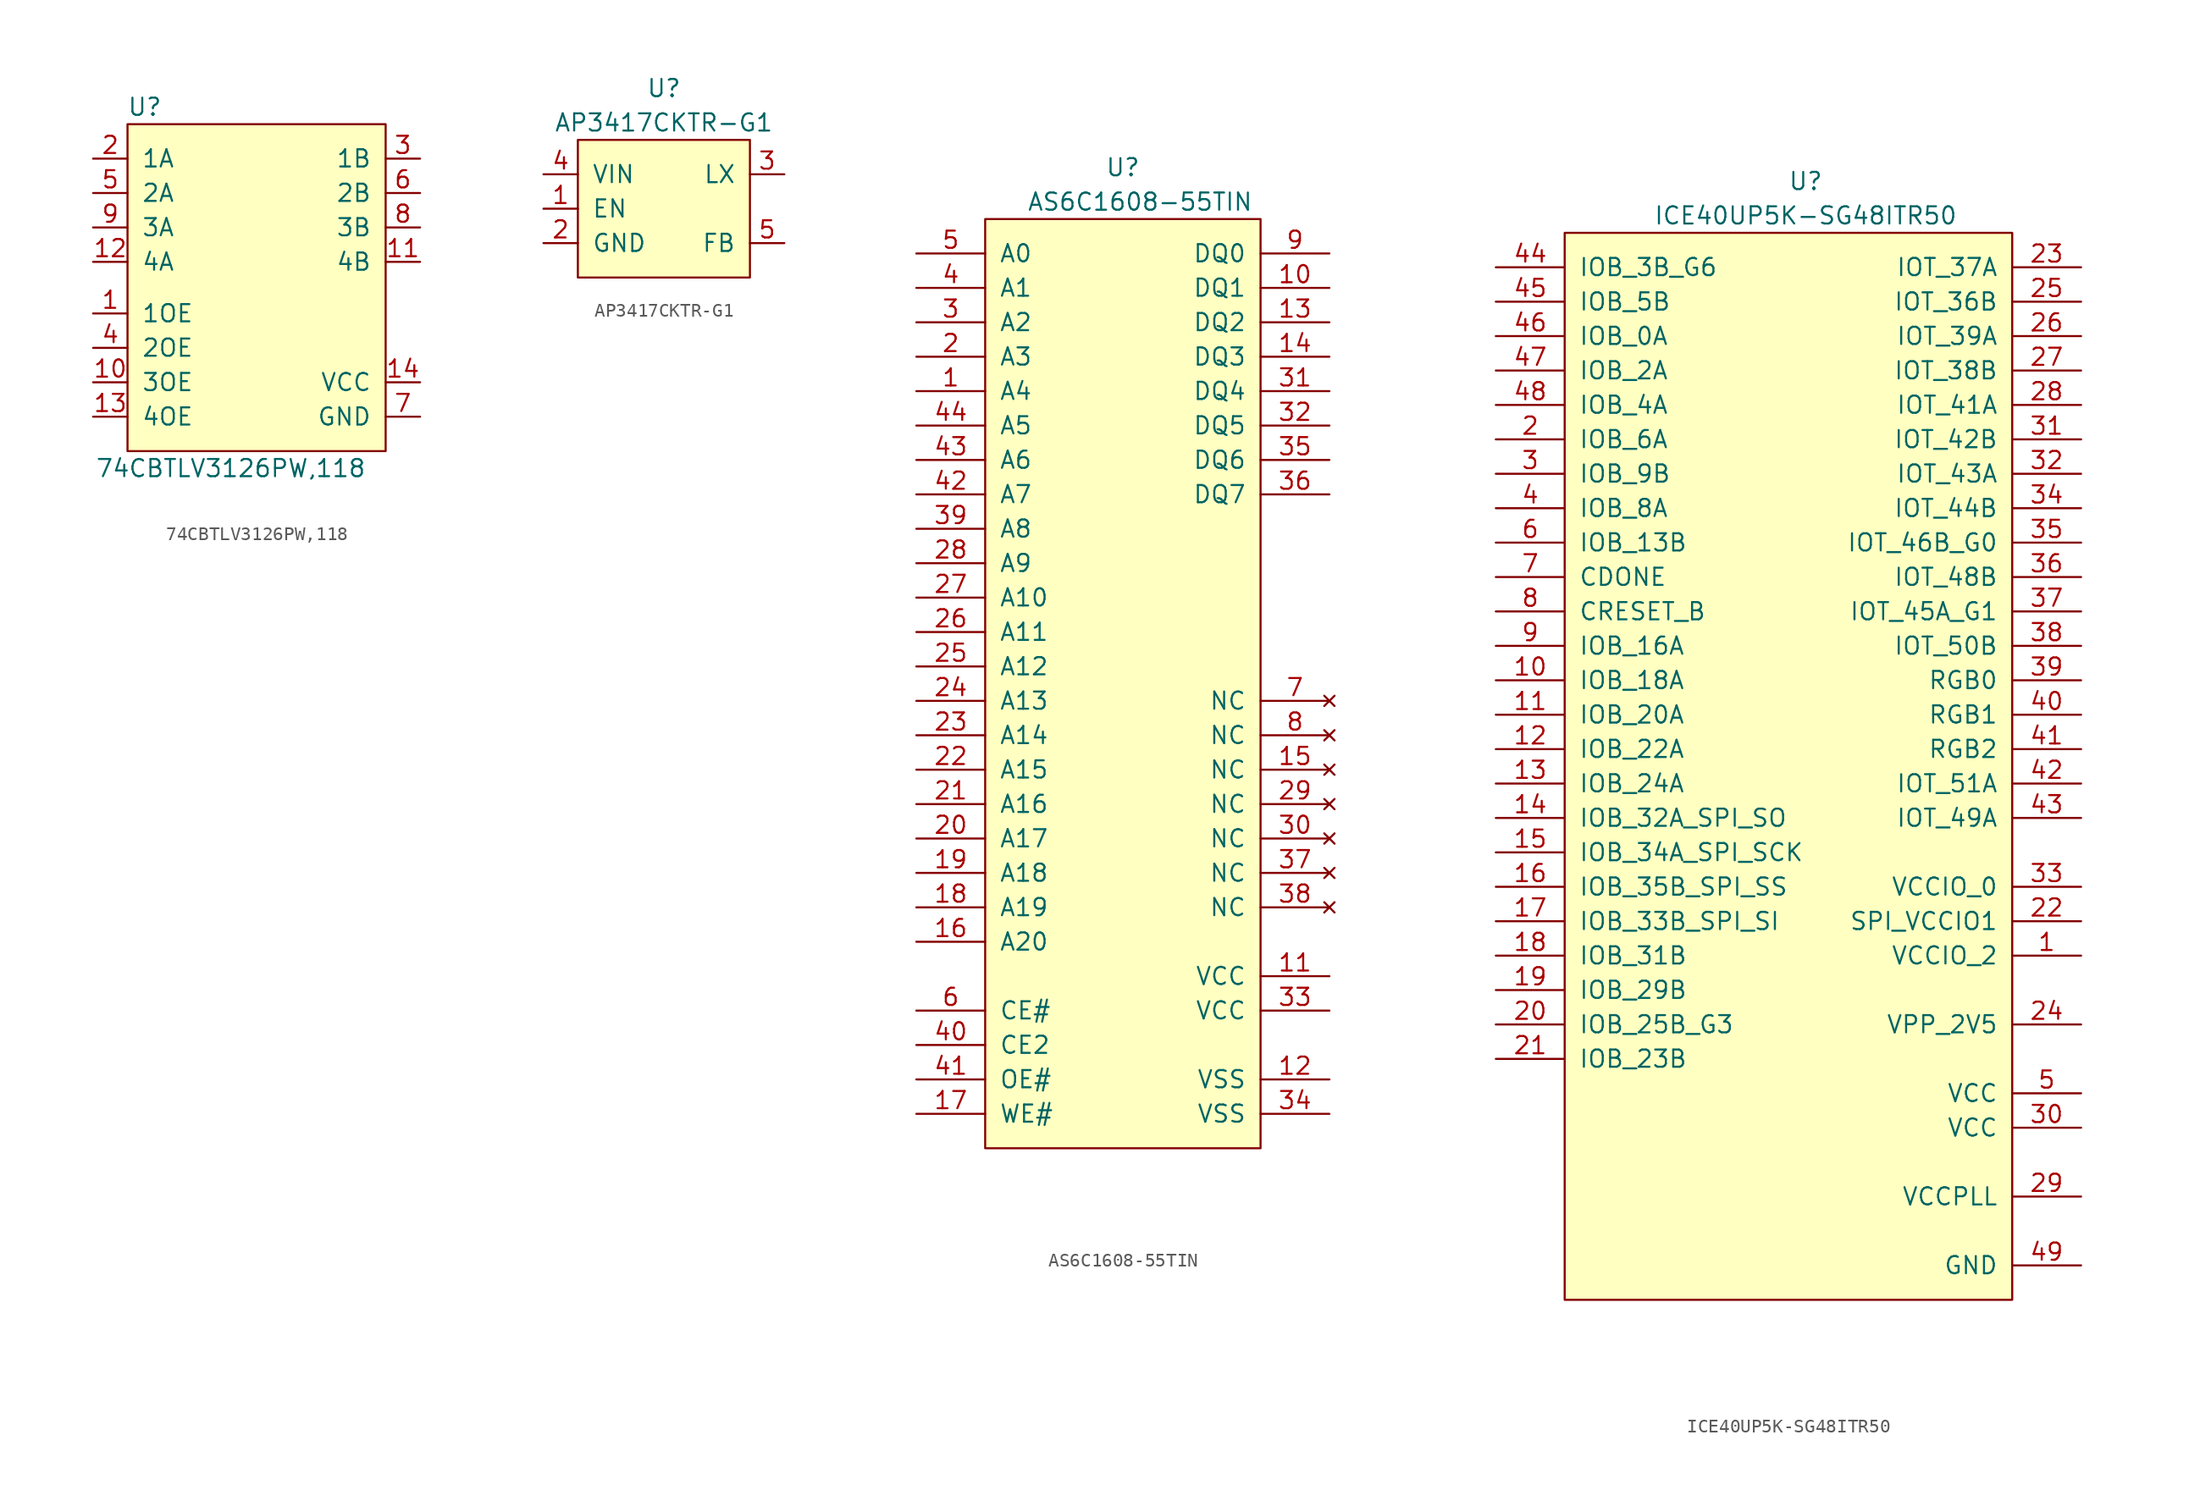
<source format=kicad_sym>
(kicad_symbol_lib
  (version 20220914)
  (generator kicad_symbol_editor)
  (symbol "74CBTLV3126PW,118"
    (pin_names
      (offset 1.016))
    (property "Reference" "U"
      (at 1.27 1.27 0)
      (effects (font (size 1.27 1.27))))
    (property "Value" "74CBTLV3126PW,118"
      (at 7.62 -25.4 0)
      (effects (font (size 1.27 1.27))))
    (symbol "74CBTLV3126PW,118_0_1"
      (rectangle (start 0 0) (end 19.05 -24.13) (stroke (width 0) (type solid)) (fill (type background))))
    (symbol "74CBTLV3126PW,118_1_1"
      (pin input line (at -2.54 -13.97 0) (length 2.54) (name "1OE" (effects (font (size 1.27 1.27)))) (number "1" (effects (font (size 1.27 1.27)))))
      (pin input line (at -2.54 -19.05 0) (length 2.54) (name "3OE" (effects (font (size 1.27 1.27)))) (number "10" (effects (font (size 1.27 1.27)))))
      (pin bidirectional line (at 21.59 -10.16 180) (length 2.54) (name "4B" (effects (font (size 1.27 1.27)))) (number "11" (effects (font (size 1.27 1.27)))))
      (pin bidirectional line (at -2.54 -10.16 0) (length 2.54) (name "4A" (effects (font (size 1.27 1.27)))) (number "12" (effects (font (size 1.27 1.27)))))
      (pin input line (at -2.54 -21.59 0) (length 2.54) (name "4OE" (effects (font (size 1.27 1.27)))) (number "13" (effects (font (size 1.27 1.27)))))
      (pin power_in line (at 21.59 -19.05 180) (length 2.54) (name "VCC" (effects (font (size 1.27 1.27)))) (number "14" (effects (font (size 1.27 1.27)))))
      (pin bidirectional line (at -2.54 -2.54 0) (length 2.54) (name "1A" (effects (font (size 1.27 1.27)))) (number "2" (effects (font (size 1.27 1.27)))))
      (pin bidirectional line (at 21.59 -2.54 180) (length 2.54) (name "1B" (effects (font (size 1.27 1.27)))) (number "3" (effects (font (size 1.27 1.27)))))
      (pin input line (at -2.54 -16.51 0) (length 2.54) (name "2OE" (effects (font (size 1.27 1.27)))) (number "4" (effects (font (size 1.27 1.27)))))
      (pin bidirectional line (at -2.54 -5.08 0) (length 2.54) (name "2A" (effects (font (size 1.27 1.27)))) (number "5" (effects (font (size 1.27 1.27)))))
      (pin bidirectional line (at 21.59 -5.08 180) (length 2.54) (name "2B" (effects (font (size 1.27 1.27)))) (number "6" (effects (font (size 1.27 1.27)))))
      (pin power_in line (at 21.59 -21.59 180) (length 2.54) (name "GND" (effects (font (size 1.27 1.27)))) (number "7" (effects (font (size 1.27 1.27)))))
      (pin bidirectional line (at 21.59 -7.62 180) (length 2.54) (name "3B" (effects (font (size 1.27 1.27)))) (number "8" (effects (font (size 1.27 1.27)))))
      (pin bidirectional line (at -2.54 -7.62 0) (length 2.54) (name "3A" (effects (font (size 1.27 1.27)))) (number "9" (effects (font (size 1.27 1.27)))))))
  (symbol "AP3417CKTR-G1"
    (pin_names
      (offset 1.016))
    (property "Reference" "U"
      (at 6.35 3.81 0)
      (effects (font (size 1.27 1.27))))
    (property "Value" "AP3417CKTR-G1"
      (at 6.35 1.27 0)
      (effects (font (size 1.27 1.27))))
    (symbol "AP3417CKTR-G1_0_1"
      (rectangle (start 0 0) (end 12.7 -10.16) (stroke (width 0) (type solid)) (fill (type background))))
    (symbol "AP3417CKTR-G1_1_1"
      (pin input line (at -2.54 -5.08 0) (length 2.54) (name "EN" (effects (font (size 1.27 1.27)))) (number "1" (effects (font (size 1.27 1.27)))))
      (pin power_in line (at -2.54 -7.62 0) (length 2.54) (name "GND" (effects (font (size 1.27 1.27)))) (number "2" (effects (font (size 1.27 1.27)))))
      (pin output line (at 15.24 -2.54 180) (length 2.54) (name "LX" (effects (font (size 1.27 1.27)))) (number "3" (effects (font (size 1.27 1.27)))))
      (pin power_in line (at -2.54 -2.54 0) (length 2.54) (name "VIN" (effects (font (size 1.27 1.27)))) (number "4" (effects (font (size 1.27 1.27)))))
      (pin input line (at 15.24 -7.62 180) (length 2.54) (name "FB" (effects (font (size 1.27 1.27)))) (number "5" (effects (font (size 1.27 1.27)))))))
  (symbol "AS6C1608-55TIN"
    (pin_names
      (offset 1.016))
    (property "Reference" "U"
      (at 10.16 3.81 0)
      (effects (font (size 1.27 1.27))))
    (property "Value" "AS6C1608-55TIN"
      (at 11.43 1.27 0)
      (effects (font (size 1.27 1.27))))
    (symbol "AS6C1608-55TIN_0_1"
      (rectangle (start 0 0) (end 20.32 -68.58) (stroke (width 0) (type solid)) (fill (type background))))
    (symbol "AS6C1608-55TIN_1_1"
      (pin input line (at -5.08 -12.7 0) (length 5.08) (name "A4" (effects (font (size 1.27 1.27)))) (number "1" (effects (font (size 1.27 1.27)))))
      (pin bidirectional line (at 25.4 -5.08 180) (length 5.08) (name "DQ1" (effects (font (size 1.27 1.27)))) (number "10" (effects (font (size 1.27 1.27)))))
      (pin power_in line (at 25.4 -55.88 180) (length 5.08) (name "VCC" (effects (font (size 1.27 1.27)))) (number "11" (effects (font (size 1.27 1.27)))))
      (pin power_in line (at 25.4 -63.5 180) (length 5.08) (name "VSS" (effects (font (size 1.27 1.27)))) (number "12" (effects (font (size 1.27 1.27)))))
      (pin bidirectional line (at 25.4 -7.62 180) (length 5.08) (name "DQ2" (effects (font (size 1.27 1.27)))) (number "13" (effects (font (size 1.27 1.27)))))
      (pin bidirectional line (at 25.4 -10.16 180) (length 5.08) (name "DQ3" (effects (font (size 1.27 1.27)))) (number "14" (effects (font (size 1.27 1.27)))))
      (pin no_connect line (at 25.4 -40.64 180) (length 5.08) (name "NC" (effects (font (size 1.27 1.27)))) (number "15" (effects (font (size 1.27 1.27)))))
      (pin input line (at -5.08 -53.34 0) (length 5.08) (name "A20" (effects (font (size 1.27 1.27)))) (number "16" (effects (font (size 1.27 1.27)))))
      (pin input line (at -5.08 -66.04 0) (length 5.08) (name "WE#" (effects (font (size 1.27 1.27)))) (number "17" (effects (font (size 1.27 1.27)))))
      (pin input line (at -5.08 -50.8 0) (length 5.08) (name "A19" (effects (font (size 1.27 1.27)))) (number "18" (effects (font (size 1.27 1.27)))))
      (pin input line (at -5.08 -48.26 0) (length 5.08) (name "A18" (effects (font (size 1.27 1.27)))) (number "19" (effects (font (size 1.27 1.27)))))
      (pin input line (at -5.08 -10.16 0) (length 5.08) (name "A3" (effects (font (size 1.27 1.27)))) (number "2" (effects (font (size 1.27 1.27)))))
      (pin input line (at -5.08 -45.72 0) (length 5.08) (name "A17" (effects (font (size 1.27 1.27)))) (number "20" (effects (font (size 1.27 1.27)))))
      (pin input line (at -5.08 -43.18 0) (length 5.08) (name "A16" (effects (font (size 1.27 1.27)))) (number "21" (effects (font (size 1.27 1.27)))))
      (pin input line (at -5.08 -40.64 0) (length 5.08) (name "A15" (effects (font (size 1.27 1.27)))) (number "22" (effects (font (size 1.27 1.27)))))
      (pin input line (at -5.08 -38.1 0) (length 5.08) (name "A14" (effects (font (size 1.27 1.27)))) (number "23" (effects (font (size 1.27 1.27)))))
      (pin input line (at -5.08 -35.56 0) (length 5.08) (name "A13" (effects (font (size 1.27 1.27)))) (number "24" (effects (font (size 1.27 1.27)))))
      (pin input line (at -5.08 -33.02 0) (length 5.08) (name "A12" (effects (font (size 1.27 1.27)))) (number "25" (effects (font (size 1.27 1.27)))))
      (pin input line (at -5.08 -30.48 0) (length 5.08) (name "A11" (effects (font (size 1.27 1.27)))) (number "26" (effects (font (size 1.27 1.27)))))
      (pin input line (at -5.08 -27.94 0) (length 5.08) (name "A10" (effects (font (size 1.27 1.27)))) (number "27" (effects (font (size 1.27 1.27)))))
      (pin input line (at -5.08 -25.4 0) (length 5.08) (name "A9" (effects (font (size 1.27 1.27)))) (number "28" (effects (font (size 1.27 1.27)))))
      (pin no_connect line (at 25.4 -43.18 180) (length 5.08) (name "NC" (effects (font (size 1.27 1.27)))) (number "29" (effects (font (size 1.27 1.27)))))
      (pin input line (at -5.08 -7.62 0) (length 5.08) (name "A2" (effects (font (size 1.27 1.27)))) (number "3" (effects (font (size 1.27 1.27)))))
      (pin no_connect line (at 25.4 -45.72 180) (length 5.08) (name "NC" (effects (font (size 1.27 1.27)))) (number "30" (effects (font (size 1.27 1.27)))))
      (pin bidirectional line (at 25.4 -12.7 180) (length 5.08) (name "DQ4" (effects (font (size 1.27 1.27)))) (number "31" (effects (font (size 1.27 1.27)))))
      (pin bidirectional line (at 25.4 -15.24 180) (length 5.08) (name "DQ5" (effects (font (size 1.27 1.27)))) (number "32" (effects (font (size 1.27 1.27)))))
      (pin power_in line (at 25.4 -58.42 180) (length 5.08) (name "VCC" (effects (font (size 1.27 1.27)))) (number "33" (effects (font (size 1.27 1.27)))))
      (pin power_in line (at 25.4 -66.04 180) (length 5.08) (name "VSS" (effects (font (size 1.27 1.27)))) (number "34" (effects (font (size 1.27 1.27)))))
      (pin bidirectional line (at 25.4 -17.78 180) (length 5.08) (name "DQ6" (effects (font (size 1.27 1.27)))) (number "35" (effects (font (size 1.27 1.27)))))
      (pin bidirectional line (at 25.4 -20.32 180) (length 5.08) (name "DQ7" (effects (font (size 1.27 1.27)))) (number "36" (effects (font (size 1.27 1.27)))))
      (pin no_connect line (at 25.4 -48.26 180) (length 5.08) (name "NC" (effects (font (size 1.27 1.27)))) (number "37" (effects (font (size 1.27 1.27)))))
      (pin no_connect line (at 25.4 -50.8 180) (length 5.08) (name "NC" (effects (font (size 1.27 1.27)))) (number "38" (effects (font (size 1.27 1.27)))))
      (pin input line (at -5.08 -22.86 0) (length 5.08) (name "A8" (effects (font (size 1.27 1.27)))) (number "39" (effects (font (size 1.27 1.27)))))
      (pin input line (at -5.08 -5.08 0) (length 5.08) (name "A1" (effects (font (size 1.27 1.27)))) (number "4" (effects (font (size 1.27 1.27)))))
      (pin input line (at -5.08 -60.96 0) (length 5.08) (name "CE2" (effects (font (size 1.27 1.27)))) (number "40" (effects (font (size 1.27 1.27)))))
      (pin input line (at -5.08 -63.5 0) (length 5.08) (name "OE#" (effects (font (size 1.27 1.27)))) (number "41" (effects (font (size 1.27 1.27)))))
      (pin input line (at -5.08 -20.32 0) (length 5.08) (name "A7" (effects (font (size 1.27 1.27)))) (number "42" (effects (font (size 1.27 1.27)))))
      (pin input line (at -5.08 -17.78 0) (length 5.08) (name "A6" (effects (font (size 1.27 1.27)))) (number "43" (effects (font (size 1.27 1.27)))))
      (pin input line (at -5.08 -15.24 0) (length 5.08) (name "A5" (effects (font (size 1.27 1.27)))) (number "44" (effects (font (size 1.27 1.27)))))
      (pin input line (at -5.08 -2.54 0) (length 5.08) (name "A0" (effects (font (size 1.27 1.27)))) (number "5" (effects (font (size 1.27 1.27)))))
      (pin input line (at -5.08 -58.42 0) (length 5.08) (name "CE#" (effects (font (size 1.27 1.27)))) (number "6" (effects (font (size 1.27 1.27)))))
      (pin no_connect line (at 25.4 -35.56 180) (length 5.08) (name "NC" (effects (font (size 1.27 1.27)))) (number "7" (effects (font (size 1.27 1.27)))))
      (pin no_connect line (at 25.4 -38.1 180) (length 5.08) (name "NC" (effects (font (size 1.27 1.27)))) (number "8" (effects (font (size 1.27 1.27)))))
      (pin bidirectional line (at 25.4 -2.54 180) (length 5.08) (name "DQ0" (effects (font (size 1.27 1.27)))) (number "9" (effects (font (size 1.27 1.27)))))))
  (symbol "ICE40UP5K-SG48ITR50"
    (pin_names
      (offset 1.016))
    (property "Reference" "U"
      (at 17.78 3.81 0)
      (effects (font (size 1.27 1.27))))
    (property "Value" "ICE40UP5K-SG48ITR50"
      (at 17.78 1.27 0)
      (effects (font (size 1.27 1.27))))
    (symbol "ICE40UP5K-SG48ITR50_0_1"
      (rectangle (start 0 0) (end 33.02 -78.74) (stroke (width 0) (type solid)) (fill (type background))))
    (symbol "ICE40UP5K-SG48ITR50_1_1"
      (pin power_in line (at 38.1 -53.34 180) (length 5.08) (name "VCCIO_2" (effects (font (size 1.27 1.27)))) (number "1" (effects (font (size 1.27 1.27)))))
      (pin passive line (at -5.08 -33.02 0) (length 5.08) (name "IOB_18A" (effects (font (size 1.27 1.27)))) (number "10" (effects (font (size 1.27 1.27)))))
      (pin passive line (at -5.08 -35.56 0) (length 5.08) (name "IOB_20A" (effects (font (size 1.27 1.27)))) (number "11" (effects (font (size 1.27 1.27)))))
      (pin passive line (at -5.08 -38.1 0) (length 5.08) (name "IOB_22A" (effects (font (size 1.27 1.27)))) (number "12" (effects (font (size 1.27 1.27)))))
      (pin passive line (at -5.08 -40.64 0) (length 5.08) (name "IOB_24A" (effects (font (size 1.27 1.27)))) (number "13" (effects (font (size 1.27 1.27)))))
      (pin passive line (at -5.08 -43.18 0) (length 5.08) (name "IOB_32A_SPI_SO" (effects (font (size 1.27 1.27)))) (number "14" (effects (font (size 1.27 1.27)))))
      (pin passive line (at -5.08 -45.72 0) (length 5.08) (name "IOB_34A_SPI_SCK" (effects (font (size 1.27 1.27)))) (number "15" (effects (font (size 1.27 1.27)))))
      (pin passive line (at -5.08 -48.26 0) (length 5.08) (name "IOB_35B_SPI_SS" (effects (font (size 1.27 1.27)))) (number "16" (effects (font (size 1.27 1.27)))))
      (pin passive line (at -5.08 -50.8 0) (length 5.08) (name "IOB_33B_SPI_SI" (effects (font (size 1.27 1.27)))) (number "17" (effects (font (size 1.27 1.27)))))
      (pin passive line (at -5.08 -53.34 0) (length 5.08) (name "IOB_31B" (effects (font (size 1.27 1.27)))) (number "18" (effects (font (size 1.27 1.27)))))
      (pin passive line (at -5.08 -55.88 0) (length 5.08) (name "IOB_29B" (effects (font (size 1.27 1.27)))) (number "19" (effects (font (size 1.27 1.27)))))
      (pin passive line (at -5.08 -15.24 0) (length 5.08) (name "IOB_6A" (effects (font (size 1.27 1.27)))) (number "2" (effects (font (size 1.27 1.27)))))
      (pin passive line (at -5.08 -58.42 0) (length 5.08) (name "IOB_25B_G3" (effects (font (size 1.27 1.27)))) (number "20" (effects (font (size 1.27 1.27)))))
      (pin passive line (at -5.08 -60.96 0) (length 5.08) (name "IOB_23B" (effects (font (size 1.27 1.27)))) (number "21" (effects (font (size 1.27 1.27)))))
      (pin power_in line (at 38.1 -50.8 180) (length 5.08) (name "SPI_VCCIO1" (effects (font (size 1.27 1.27)))) (number "22" (effects (font (size 1.27 1.27)))))
      (pin passive line (at 38.1 -2.54 180) (length 5.08) (name "IOT_37A" (effects (font (size 1.27 1.27)))) (number "23" (effects (font (size 1.27 1.27)))))
      (pin power_in line (at 38.1 -58.42 180) (length 5.08) (name "VPP_2V5" (effects (font (size 1.27 1.27)))) (number "24" (effects (font (size 1.27 1.27)))))
      (pin passive line (at 38.1 -5.08 180) (length 5.08) (name "IOT_36B" (effects (font (size 1.27 1.27)))) (number "25" (effects (font (size 1.27 1.27)))))
      (pin passive line (at 38.1 -7.62 180) (length 5.08) (name "IOT_39A" (effects (font (size 1.27 1.27)))) (number "26" (effects (font (size 1.27 1.27)))))
      (pin passive line (at 38.1 -10.16 180) (length 5.08) (name "IOT_38B" (effects (font (size 1.27 1.27)))) (number "27" (effects (font (size 1.27 1.27)))))
      (pin passive line (at 38.1 -12.7 180) (length 5.08) (name "IOT_41A" (effects (font (size 1.27 1.27)))) (number "28" (effects (font (size 1.27 1.27)))))
      (pin power_in line (at 38.1 -71.12 180) (length 5.08) (name "VCCPLL" (effects (font (size 1.27 1.27)))) (number "29" (effects (font (size 1.27 1.27)))))
      (pin passive line (at -5.08 -17.78 0) (length 5.08) (name "IOB_9B" (effects (font (size 1.27 1.27)))) (number "3" (effects (font (size 1.27 1.27)))))
      (pin power_in line (at 38.1 -66.04 180) (length 5.08) (name "VCC" (effects (font (size 1.27 1.27)))) (number "30" (effects (font (size 1.27 1.27)))))
      (pin passive line (at 38.1 -15.24 180) (length 5.08) (name "IOT_42B" (effects (font (size 1.27 1.27)))) (number "31" (effects (font (size 1.27 1.27)))))
      (pin passive line (at 38.1 -17.78 180) (length 5.08) (name "IOT_43A" (effects (font (size 1.27 1.27)))) (number "32" (effects (font (size 1.27 1.27)))))
      (pin power_in line (at 38.1 -48.26 180) (length 5.08) (name "VCCIO_0" (effects (font (size 1.27 1.27)))) (number "33" (effects (font (size 1.27 1.27)))))
      (pin passive line (at 38.1 -20.32 180) (length 5.08) (name "IOT_44B" (effects (font (size 1.27 1.27)))) (number "34" (effects (font (size 1.27 1.27)))))
      (pin passive line (at 38.1 -22.86 180) (length 5.08) (name "IOT_46B_G0" (effects (font (size 1.27 1.27)))) (number "35" (effects (font (size 1.27 1.27)))))
      (pin passive line (at 38.1 -25.4 180) (length 5.08) (name "IOT_48B" (effects (font (size 1.27 1.27)))) (number "36" (effects (font (size 1.27 1.27)))))
      (pin passive line (at 38.1 -27.94 180) (length 5.08) (name "IOT_45A_G1" (effects (font (size 1.27 1.27)))) (number "37" (effects (font (size 1.27 1.27)))))
      (pin passive line (at 38.1 -30.48 180) (length 5.08) (name "IOT_50B" (effects (font (size 1.27 1.27)))) (number "38" (effects (font (size 1.27 1.27)))))
      (pin passive line (at 38.1 -33.02 180) (length 5.08) (name "RGB0" (effects (font (size 1.27 1.27)))) (number "39" (effects (font (size 1.27 1.27)))))
      (pin passive line (at -5.08 -20.32 0) (length 5.08) (name "IOB_8A" (effects (font (size 1.27 1.27)))) (number "4" (effects (font (size 1.27 1.27)))))
      (pin passive line (at 38.1 -35.56 180) (length 5.08) (name "RGB1" (effects (font (size 1.27 1.27)))) (number "40" (effects (font (size 1.27 1.27)))))
      (pin passive line (at 38.1 -38.1 180) (length 5.08) (name "RGB2" (effects (font (size 1.27 1.27)))) (number "41" (effects (font (size 1.27 1.27)))))
      (pin passive line (at 38.1 -40.64 180) (length 5.08) (name "IOT_51A" (effects (font (size 1.27 1.27)))) (number "42" (effects (font (size 1.27 1.27)))))
      (pin passive line (at 38.1 -43.18 180) (length 5.08) (name "IOT_49A" (effects (font (size 1.27 1.27)))) (number "43" (effects (font (size 1.27 1.27)))))
      (pin passive line (at -5.08 -2.54 0) (length 5.08) (name "IOB_3B_G6" (effects (font (size 1.27 1.27)))) (number "44" (effects (font (size 1.27 1.27)))))
      (pin passive line (at -5.08 -5.08 0) (length 5.08) (name "IOB_5B" (effects (font (size 1.27 1.27)))) (number "45" (effects (font (size 1.27 1.27)))))
      (pin passive line (at -5.08 -7.62 0) (length 5.08) (name "IOB_0A" (effects (font (size 1.27 1.27)))) (number "46" (effects (font (size 1.27 1.27)))))
      (pin passive line (at -5.08 -10.16 0) (length 5.08) (name "IOB_2A" (effects (font (size 1.27 1.27)))) (number "47" (effects (font (size 1.27 1.27)))))
      (pin passive line (at -5.08 -12.7 0) (length 5.08) (name "IOB_4A" (effects (font (size 1.27 1.27)))) (number "48" (effects (font (size 1.27 1.27)))))
      (pin power_in line (at 38.1 -76.2 180) (length 5.08) (name "GND" (effects (font (size 1.27 1.27)))) (number "49" (effects (font (size 1.27 1.27)))))
      (pin power_in line (at 38.1 -63.5 180) (length 5.08) (name "VCC" (effects (font (size 1.27 1.27)))) (number "5" (effects (font (size 1.27 1.27)))))
      (pin passive line (at -5.08 -22.86 0) (length 5.08) (name "IOB_13B" (effects (font (size 1.27 1.27)))) (number "6" (effects (font (size 1.27 1.27)))))
      (pin passive line (at -5.08 -25.4 0) (length 5.08) (name "CDONE" (effects (font (size 1.27 1.27)))) (number "7" (effects (font (size 1.27 1.27)))))
      (pin passive line (at -5.08 -27.94 0) (length 5.08) (name "CRESET_B" (effects (font (size 1.27 1.27)))) (number "8" (effects (font (size 1.27 1.27)))))
      (pin passive line (at -5.08 -30.48 0) (length 5.08) (name "IOB_16A" (effects (font (size 1.27 1.27)))) (number "9" (effects (font (size 1.27 1.27))))))))
</source>
